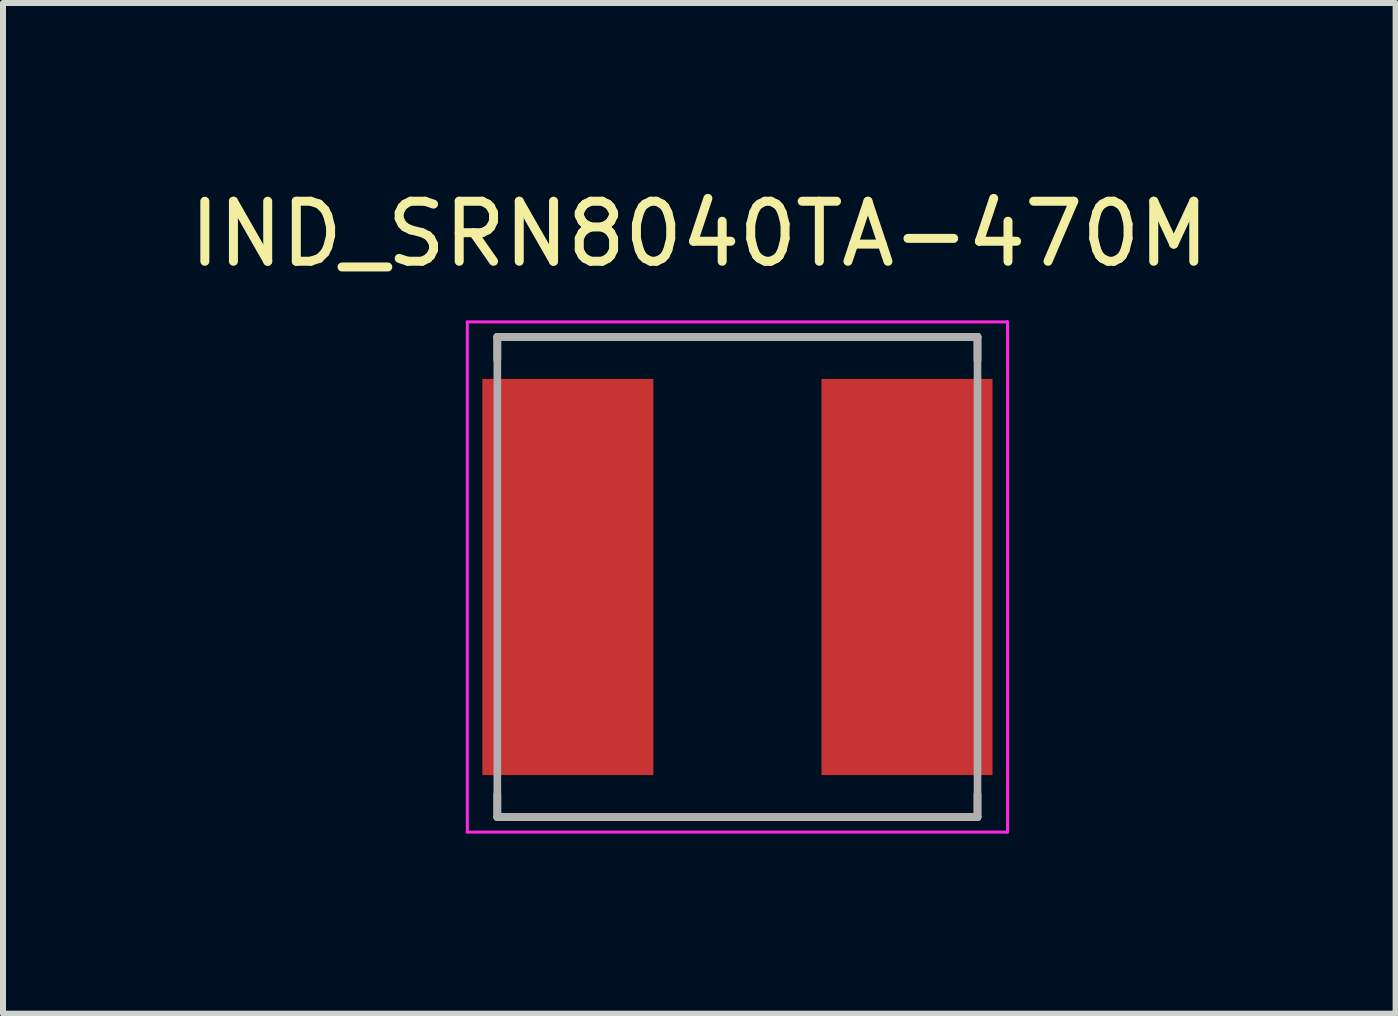
<source format=kicad_pcb>
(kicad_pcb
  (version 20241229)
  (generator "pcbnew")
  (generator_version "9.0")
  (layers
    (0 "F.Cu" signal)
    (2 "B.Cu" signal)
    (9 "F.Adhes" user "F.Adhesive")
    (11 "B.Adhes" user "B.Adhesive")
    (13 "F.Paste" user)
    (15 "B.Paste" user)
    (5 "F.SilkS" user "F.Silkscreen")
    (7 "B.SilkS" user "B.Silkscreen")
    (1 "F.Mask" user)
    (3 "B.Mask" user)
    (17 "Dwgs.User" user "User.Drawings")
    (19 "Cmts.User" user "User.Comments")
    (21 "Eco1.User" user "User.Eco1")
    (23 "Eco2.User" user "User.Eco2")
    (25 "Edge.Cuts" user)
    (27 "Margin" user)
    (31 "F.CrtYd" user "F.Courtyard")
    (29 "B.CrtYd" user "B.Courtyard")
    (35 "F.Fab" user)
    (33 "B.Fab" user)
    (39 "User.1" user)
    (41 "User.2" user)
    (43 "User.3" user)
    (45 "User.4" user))
  (footprint "IND_SRN8040TA-470M"
    (layer "F.Cu")
    (at 9.236 6.563)
    (property "Reference" "IND_SRN8040TA-470M" (at -0.635 -5.715 0) (layer "F.SilkS") (effects (font (size 1 1) (thickness 0.15))))
    (attr smd)
    (fp_line (start -4 -4) (end -4 -3.615) (stroke (width 0.127) (type solid)) (layer "F.SilkS"))
    (fp_line (start -4 -4) (end 4 -4) (stroke (width 0.127) (type solid)) (layer "F.SilkS"))
    (fp_line (start -4 3.615) (end -4 4) (stroke (width 0.127) (type solid)) (layer "F.SilkS"))
    (fp_line (start -4 4) (end 4 4) (stroke (width 0.127) (type solid)) (layer "F.SilkS"))
    (fp_line (start 4 -4) (end 4 -3.615) (stroke (width 0.127) (type solid)) (layer "F.SilkS"))
    (fp_line (start 4 4) (end 4 3.615) (stroke (width 0.127) (type solid)) (layer "F.SilkS"))
    (fp_line (start -4.5 -4.25) (end 4.5 -4.25) (stroke (width 0.05) (type solid)) (layer "F.CrtYd"))
    (fp_line (start -4.5 4.25) (end -4.5 -4.25) (stroke (width 0.05) (type solid)) (layer "F.CrtYd"))
    (fp_line (start 4.5 -4.25) (end 4.5 4.25) (stroke (width 0.05) (type solid)) (layer "F.CrtYd"))
    (fp_line (start 4.5 4.25) (end -4.5 4.25) (stroke (width 0.05) (type solid)) (layer "F.CrtYd"))
    (fp_line (start -4 -4) (end 4 -4) (stroke (width 0.127) (type solid)) (layer "F.Fab"))
    (fp_line (start -4 4) (end -4 -4) (stroke (width 0.127) (type solid)) (layer "F.Fab"))
    (fp_line (start 4 -4) (end 4 4) (stroke (width 0.127) (type solid)) (layer "F.Fab"))
    (fp_line (start 4 4) (end -4 4) (stroke (width 0.127) (type solid)) (layer "F.Fab"))
    (pad "1" smd rect (at -2.825 0 90) (size 6.6 2.85) (layers "F.Cu" "F.Mask" "F.Paste"))
    (pad "2" smd rect (at 2.825 0 90) (size 6.6 2.85) (layers "F.Cu" "F.Mask" "F.Paste")))
  (gr_rect
    (start -3 -3)
    (end 20.202 13.838)
    (stroke (width 0.1) (type default))
    (fill no)
    (layer "Edge.Cuts")))
</source>
